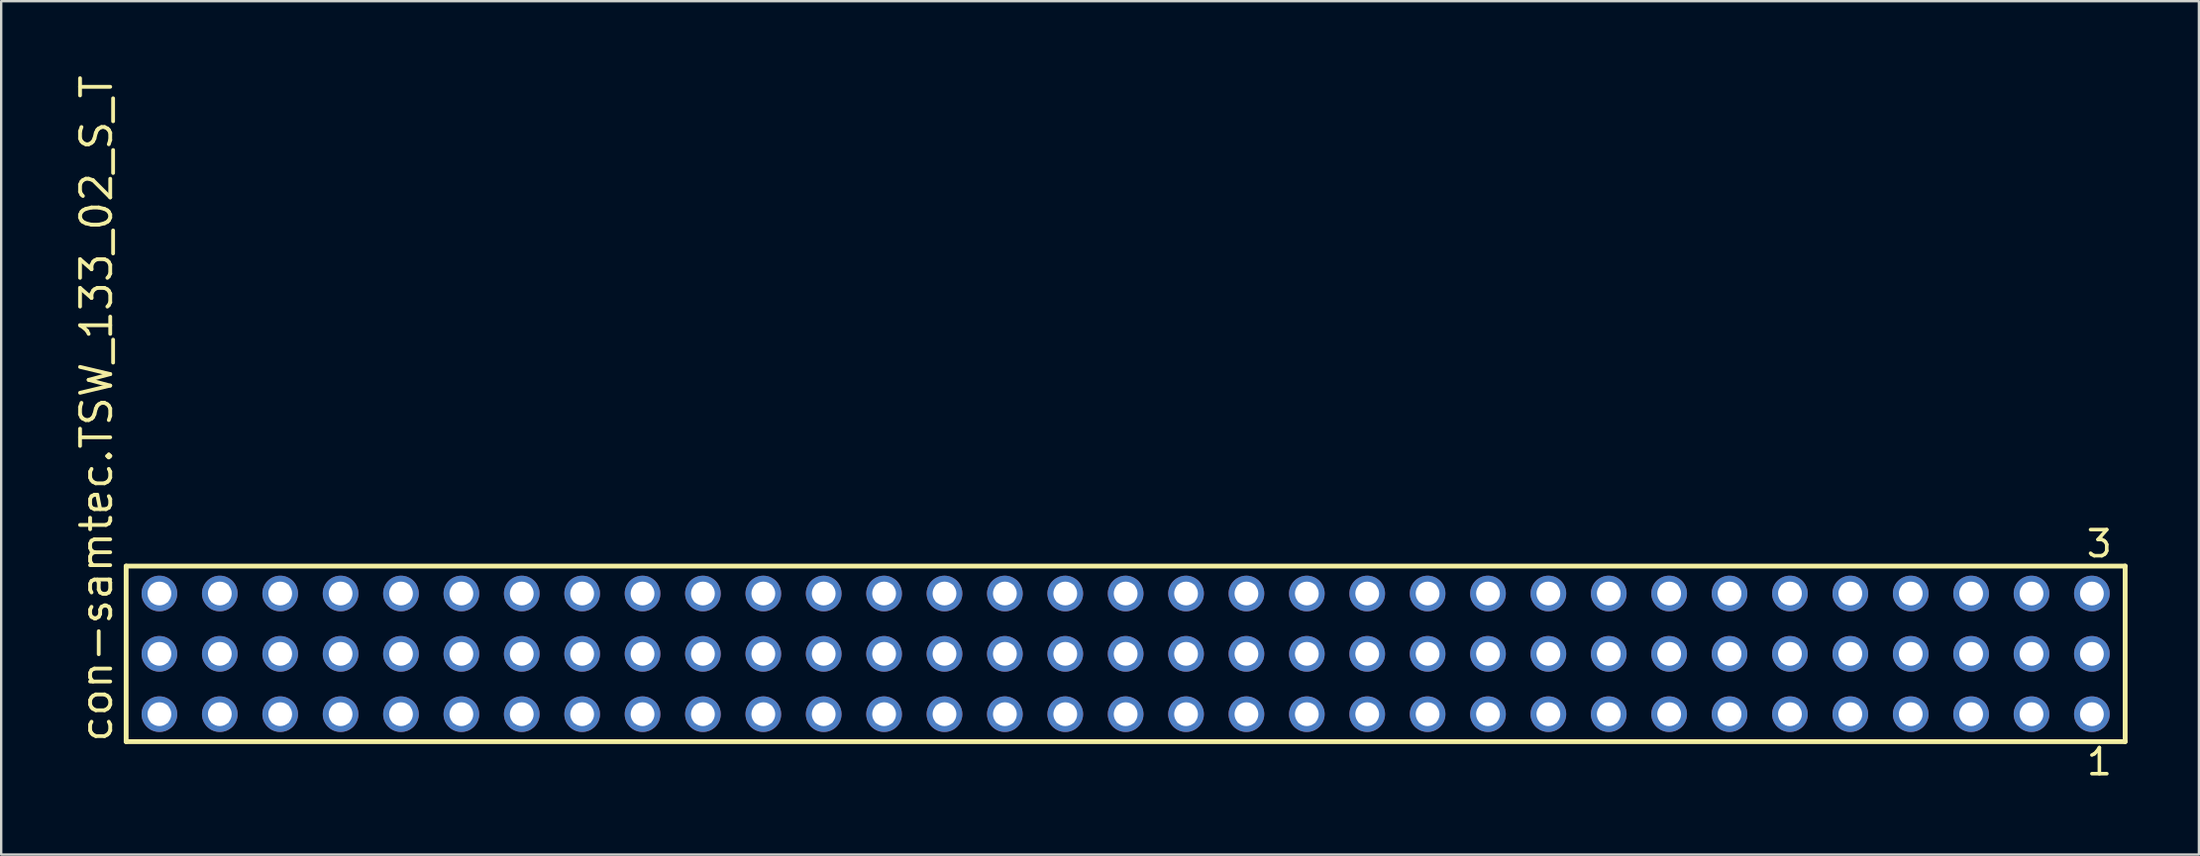
<source format=kicad_pcb>
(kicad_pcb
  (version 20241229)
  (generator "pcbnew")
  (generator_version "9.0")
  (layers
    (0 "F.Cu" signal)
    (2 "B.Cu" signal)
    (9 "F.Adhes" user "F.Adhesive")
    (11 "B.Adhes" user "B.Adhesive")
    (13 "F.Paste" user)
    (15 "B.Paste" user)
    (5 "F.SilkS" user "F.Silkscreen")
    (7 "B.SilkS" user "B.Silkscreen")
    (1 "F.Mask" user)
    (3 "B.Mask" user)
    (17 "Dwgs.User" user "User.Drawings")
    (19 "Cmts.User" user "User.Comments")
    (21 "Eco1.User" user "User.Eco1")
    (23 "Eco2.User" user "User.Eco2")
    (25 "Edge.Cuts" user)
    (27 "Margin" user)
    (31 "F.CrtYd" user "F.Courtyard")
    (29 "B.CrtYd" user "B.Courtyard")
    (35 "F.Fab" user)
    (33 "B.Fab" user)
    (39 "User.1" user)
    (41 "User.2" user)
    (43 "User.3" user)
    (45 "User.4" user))
  (footprint "con-samtec.TSW_133_02_S_T"
    (layer "F.Cu")
    (at 44.295 24.477)
    (property "Reference" "con-samtec.TSW_133_02_S_T" (at -42.545 3.81 90) (layer "F.SilkS") (effects (font (size 1.27 1.27) (thickness 0.16)) (justify left bottom)))
    (attr through_hole)
    (fp_line (start -42.039 -3.695) (end 42.039 -3.695) (stroke (width 0.203) (type default)) (layer "F.SilkS"))
    (fp_line (start -42.039 3.695) (end -42.039 -3.695) (stroke (width 0.203) (type default)) (layer "F.SilkS"))
    (fp_line (start 42.039 -3.695) (end 42.039 3.695) (stroke (width 0.203) (type default)) (layer "F.SilkS"))
    (fp_line (start 42.039 3.695) (end -42.039 3.695) (stroke (width 0.203) (type default)) (layer "F.SilkS"))
    (fp_rect (start -40.99 -2.19) (end -40.29 -2.89) (stroke (width 0.05) (type default)) (fill no) (layer "F.Fab"))
    (fp_rect (start -40.99 0.35) (end -40.29 -0.35) (stroke (width 0.05) (type default)) (fill no) (layer "F.Fab"))
    (fp_rect (start -40.99 2.89) (end -40.29 2.19) (stroke (width 0.05) (type default)) (fill no) (layer "F.Fab"))
    (fp_rect (start -38.45 -2.19) (end -37.75 -2.89) (stroke (width 0.05) (type default)) (fill no) (layer "F.Fab"))
    (fp_rect (start -38.45 0.35) (end -37.75 -0.35) (stroke (width 0.05) (type default)) (fill no) (layer "F.Fab"))
    (fp_rect (start -38.45 2.89) (end -37.75 2.19) (stroke (width 0.05) (type default)) (fill no) (layer "F.Fab"))
    (fp_rect (start -35.91 -2.19) (end -35.21 -2.89) (stroke (width 0.05) (type default)) (fill no) (layer "F.Fab"))
    (fp_rect (start -35.91 0.35) (end -35.21 -0.35) (stroke (width 0.05) (type default)) (fill no) (layer "F.Fab"))
    (fp_rect (start -35.91 2.89) (end -35.21 2.19) (stroke (width 0.05) (type default)) (fill no) (layer "F.Fab"))
    (fp_rect (start -33.37 -2.19) (end -32.67 -2.89) (stroke (width 0.05) (type default)) (fill no) (layer "F.Fab"))
    (fp_rect (start -33.37 0.35) (end -32.67 -0.35) (stroke (width 0.05) (type default)) (fill no) (layer "F.Fab"))
    (fp_rect (start -33.37 2.89) (end -32.67 2.19) (stroke (width 0.05) (type default)) (fill no) (layer "F.Fab"))
    (fp_rect (start -30.83 -2.19) (end -30.13 -2.89) (stroke (width 0.05) (type default)) (fill no) (layer "F.Fab"))
    (fp_rect (start -30.83 0.35) (end -30.13 -0.35) (stroke (width 0.05) (type default)) (fill no) (layer "F.Fab"))
    (fp_rect (start -30.83 2.89) (end -30.13 2.19) (stroke (width 0.05) (type default)) (fill no) (layer "F.Fab"))
    (fp_rect (start -28.29 -2.19) (end -27.59 -2.89) (stroke (width 0.05) (type default)) (fill no) (layer "F.Fab"))
    (fp_rect (start -28.29 0.35) (end -27.59 -0.35) (stroke (width 0.05) (type default)) (fill no) (layer "F.Fab"))
    (fp_rect (start -28.29 2.89) (end -27.59 2.19) (stroke (width 0.05) (type default)) (fill no) (layer "F.Fab"))
    (fp_rect (start -25.75 -2.19) (end -25.05 -2.89) (stroke (width 0.05) (type default)) (fill no) (layer "F.Fab"))
    (fp_rect (start -25.75 0.35) (end -25.05 -0.35) (stroke (width 0.05) (type default)) (fill no) (layer "F.Fab"))
    (fp_rect (start -25.75 2.89) (end -25.05 2.19) (stroke (width 0.05) (type default)) (fill no) (layer "F.Fab"))
    (fp_rect (start -23.21 -2.19) (end -22.51 -2.89) (stroke (width 0.05) (type default)) (fill no) (layer "F.Fab"))
    (fp_rect (start -23.21 0.35) (end -22.51 -0.35) (stroke (width 0.05) (type default)) (fill no) (layer "F.Fab"))
    (fp_rect (start -23.21 2.89) (end -22.51 2.19) (stroke (width 0.05) (type default)) (fill no) (layer "F.Fab"))
    (fp_rect (start -20.67 -2.19) (end -19.97 -2.89) (stroke (width 0.05) (type default)) (fill no) (layer "F.Fab"))
    (fp_rect (start -20.67 0.35) (end -19.97 -0.35) (stroke (width 0.05) (type default)) (fill no) (layer "F.Fab"))
    (fp_rect (start -20.67 2.89) (end -19.97 2.19) (stroke (width 0.05) (type default)) (fill no) (layer "F.Fab"))
    (fp_rect (start -18.13 -2.19) (end -17.43 -2.89) (stroke (width 0.05) (type default)) (fill no) (layer "F.Fab"))
    (fp_rect (start -18.13 0.35) (end -17.43 -0.35) (stroke (width 0.05) (type default)) (fill no) (layer "F.Fab"))
    (fp_rect (start -18.13 2.89) (end -17.43 2.19) (stroke (width 0.05) (type default)) (fill no) (layer "F.Fab"))
    (fp_rect (start -15.59 -2.19) (end -14.89 -2.89) (stroke (width 0.05) (type default)) (fill no) (layer "F.Fab"))
    (fp_rect (start -15.59 0.35) (end -14.89 -0.35) (stroke (width 0.05) (type default)) (fill no) (layer "F.Fab"))
    (fp_rect (start -15.59 2.89) (end -14.89 2.19) (stroke (width 0.05) (type default)) (fill no) (layer "F.Fab"))
    (fp_rect (start -13.05 -2.19) (end -12.35 -2.89) (stroke (width 0.05) (type default)) (fill no) (layer "F.Fab"))
    (fp_rect (start -13.05 0.35) (end -12.35 -0.35) (stroke (width 0.05) (type default)) (fill no) (layer "F.Fab"))
    (fp_rect (start -13.05 2.89) (end -12.35 2.19) (stroke (width 0.05) (type default)) (fill no) (layer "F.Fab"))
    (fp_rect (start -10.51 -2.19) (end -9.81 -2.89) (stroke (width 0.05) (type default)) (fill no) (layer "F.Fab"))
    (fp_rect (start -10.51 0.35) (end -9.81 -0.35) (stroke (width 0.05) (type default)) (fill no) (layer "F.Fab"))
    (fp_rect (start -10.51 2.89) (end -9.81 2.19) (stroke (width 0.05) (type default)) (fill no) (layer "F.Fab"))
    (fp_rect (start -7.97 -2.19) (end -7.27 -2.89) (stroke (width 0.05) (type default)) (fill no) (layer "F.Fab"))
    (fp_rect (start -7.97 0.35) (end -7.27 -0.35) (stroke (width 0.05) (type default)) (fill no) (layer "F.Fab"))
    (fp_rect (start -7.97 2.89) (end -7.27 2.19) (stroke (width 0.05) (type default)) (fill no) (layer "F.Fab"))
    (fp_rect (start -5.43 -2.19) (end -4.73 -2.89) (stroke (width 0.05) (type default)) (fill no) (layer "F.Fab"))
    (fp_rect (start -5.43 0.35) (end -4.73 -0.35) (stroke (width 0.05) (type default)) (fill no) (layer "F.Fab"))
    (fp_rect (start -5.43 2.89) (end -4.73 2.19) (stroke (width 0.05) (type default)) (fill no) (layer "F.Fab"))
    (fp_rect (start -2.89 -2.19) (end -2.19 -2.89) (stroke (width 0.05) (type default)) (fill no) (layer "F.Fab"))
    (fp_rect (start -2.89 0.35) (end -2.19 -0.35) (stroke (width 0.05) (type default)) (fill no) (layer "F.Fab"))
    (fp_rect (start -2.89 2.89) (end -2.19 2.19) (stroke (width 0.05) (type default)) (fill no) (layer "F.Fab"))
    (fp_rect (start -0.35 -2.19) (end 0.35 -2.89) (stroke (width 0.05) (type default)) (fill no) (layer "F.Fab"))
    (fp_rect (start -0.35 0.35) (end 0.35 -0.35) (stroke (width 0.05) (type default)) (fill no) (layer "F.Fab"))
    (fp_rect (start -0.35 2.89) (end 0.35 2.19) (stroke (width 0.05) (type default)) (fill no) (layer "F.Fab"))
    (fp_rect (start 2.19 -2.19) (end 2.89 -2.89) (stroke (width 0.05) (type default)) (fill no) (layer "F.Fab"))
    (fp_rect (start 2.19 0.35) (end 2.89 -0.35) (stroke (width 0.05) (type default)) (fill no) (layer "F.Fab"))
    (fp_rect (start 2.19 2.89) (end 2.89 2.19) (stroke (width 0.05) (type default)) (fill no) (layer "F.Fab"))
    (fp_rect (start 4.73 -2.19) (end 5.43 -2.89) (stroke (width 0.05) (type default)) (fill no) (layer "F.Fab"))
    (fp_rect (start 4.73 0.35) (end 5.43 -0.35) (stroke (width 0.05) (type default)) (fill no) (layer "F.Fab"))
    (fp_rect (start 4.73 2.89) (end 5.43 2.19) (stroke (width 0.05) (type default)) (fill no) (layer "F.Fab"))
    (fp_rect (start 7.27 -2.19) (end 7.97 -2.89) (stroke (width 0.05) (type default)) (fill no) (layer "F.Fab"))
    (fp_rect (start 7.27 0.35) (end 7.97 -0.35) (stroke (width 0.05) (type default)) (fill no) (layer "F.Fab"))
    (fp_rect (start 7.27 2.89) (end 7.97 2.19) (stroke (width 0.05) (type default)) (fill no) (layer "F.Fab"))
    (fp_rect (start 9.81 -2.19) (end 10.51 -2.89) (stroke (width 0.05) (type default)) (fill no) (layer "F.Fab"))
    (fp_rect (start 9.81 0.35) (end 10.51 -0.35) (stroke (width 0.05) (type default)) (fill no) (layer "F.Fab"))
    (fp_rect (start 9.81 2.89) (end 10.51 2.19) (stroke (width 0.05) (type default)) (fill no) (layer "F.Fab"))
    (fp_rect (start 12.35 -2.19) (end 13.05 -2.89) (stroke (width 0.05) (type default)) (fill no) (layer "F.Fab"))
    (fp_rect (start 12.35 0.35) (end 13.05 -0.35) (stroke (width 0.05) (type default)) (fill no) (layer "F.Fab"))
    (fp_rect (start 12.35 2.89) (end 13.05 2.19) (stroke (width 0.05) (type default)) (fill no) (layer "F.Fab"))
    (fp_rect (start 14.89 -2.19) (end 15.59 -2.89) (stroke (width 0.05) (type default)) (fill no) (layer "F.Fab"))
    (fp_rect (start 14.89 0.35) (end 15.59 -0.35) (stroke (width 0.05) (type default)) (fill no) (layer "F.Fab"))
    (fp_rect (start 14.89 2.89) (end 15.59 2.19) (stroke (width 0.05) (type default)) (fill no) (layer "F.Fab"))
    (fp_rect (start 17.43 -2.19) (end 18.13 -2.89) (stroke (width 0.05) (type default)) (fill no) (layer "F.Fab"))
    (fp_rect (start 17.43 0.35) (end 18.13 -0.35) (stroke (width 0.05) (type default)) (fill no) (layer "F.Fab"))
    (fp_rect (start 17.43 2.89) (end 18.13 2.19) (stroke (width 0.05) (type default)) (fill no) (layer "F.Fab"))
    (fp_rect (start 19.97 -2.19) (end 20.67 -2.89) (stroke (width 0.05) (type default)) (fill no) (layer "F.Fab"))
    (fp_rect (start 19.97 0.35) (end 20.67 -0.35) (stroke (width 0.05) (type default)) (fill no) (layer "F.Fab"))
    (fp_rect (start 19.97 2.89) (end 20.67 2.19) (stroke (width 0.05) (type default)) (fill no) (layer "F.Fab"))
    (fp_rect (start 22.51 -2.19) (end 23.21 -2.89) (stroke (width 0.05) (type default)) (fill no) (layer "F.Fab"))
    (fp_rect (start 22.51 0.35) (end 23.21 -0.35) (stroke (width 0.05) (type default)) (fill no) (layer "F.Fab"))
    (fp_rect (start 22.51 2.89) (end 23.21 2.19) (stroke (width 0.05) (type default)) (fill no) (layer "F.Fab"))
    (fp_rect (start 25.05 -2.19) (end 25.75 -2.89) (stroke (width 0.05) (type default)) (fill no) (layer "F.Fab"))
    (fp_rect (start 25.05 0.35) (end 25.75 -0.35) (stroke (width 0.05) (type default)) (fill no) (layer "F.Fab"))
    (fp_rect (start 25.05 2.89) (end 25.75 2.19) (stroke (width 0.05) (type default)) (fill no) (layer "F.Fab"))
    (fp_rect (start 27.59 -2.19) (end 28.29 -2.89) (stroke (width 0.05) (type default)) (fill no) (layer "F.Fab"))
    (fp_rect (start 27.59 0.35) (end 28.29 -0.35) (stroke (width 0.05) (type default)) (fill no) (layer "F.Fab"))
    (fp_rect (start 27.59 2.89) (end 28.29 2.19) (stroke (width 0.05) (type default)) (fill no) (layer "F.Fab"))
    (fp_rect (start 30.13 -2.19) (end 30.83 -2.89) (stroke (width 0.05) (type default)) (fill no) (layer "F.Fab"))
    (fp_rect (start 30.13 0.35) (end 30.83 -0.35) (stroke (width 0.05) (type default)) (fill no) (layer "F.Fab"))
    (fp_rect (start 30.13 2.89) (end 30.83 2.19) (stroke (width 0.05) (type default)) (fill no) (layer "F.Fab"))
    (fp_rect (start 32.67 -2.19) (end 33.37 -2.89) (stroke (width 0.05) (type default)) (fill no) (layer "F.Fab"))
    (fp_rect (start 32.67 0.35) (end 33.37 -0.35) (stroke (width 0.05) (type default)) (fill no) (layer "F.Fab"))
    (fp_rect (start 32.67 2.89) (end 33.37 2.19) (stroke (width 0.05) (type default)) (fill no) (layer "F.Fab"))
    (fp_rect (start 35.21 -2.19) (end 35.91 -2.89) (stroke (width 0.05) (type default)) (fill no) (layer "F.Fab"))
    (fp_rect (start 35.21 0.35) (end 35.91 -0.35) (stroke (width 0.05) (type default)) (fill no) (layer "F.Fab"))
    (fp_rect (start 35.21 2.89) (end 35.91 2.19) (stroke (width 0.05) (type default)) (fill no) (layer "F.Fab"))
    (fp_rect (start 37.75 -2.19) (end 38.45 -2.89) (stroke (width 0.05) (type default)) (fill no) (layer "F.Fab"))
    (fp_rect (start 37.75 0.35) (end 38.45 -0.35) (stroke (width 0.05) (type default)) (fill no) (layer "F.Fab"))
    (fp_rect (start 37.75 2.89) (end 38.45 2.19) (stroke (width 0.05) (type default)) (fill no) (layer "F.Fab"))
    (fp_rect (start 40.29 -2.19) (end 40.99 -2.89) (stroke (width 0.05) (type default)) (fill no) (layer "F.Fab"))
    (fp_rect (start 40.29 0.35) (end 40.99 -0.35) (stroke (width 0.05) (type default)) (fill no) (layer "F.Fab"))
    (fp_rect (start 40.29 2.89) (end 40.99 2.19) (stroke (width 0.05) (type default)) (fill no) (layer "F.Fab"))
    (fp_text user "3" (at 40.328 -3.989 0) (layer "F.SilkS") (effects (font (size 1.1 1.1) (thickness 0.15)) (justify left bottom)))
    (fp_text user "1" (at 40.332 5.188 0) (layer "F.SilkS") (effects (font (size 1.1 1.1) (thickness 0.15)) (justify left bottom)))
    (pad "1" thru_hole circle (at 40.64 2.54 180) (size 1.5 1.5) (drill 1) (layers "*.Cu" "*.Mask"))
    (pad "2" thru_hole circle (at 40.64 0 180) (size 1.5 1.5) (drill 1) (layers "*.Cu" "*.Mask"))
    (pad "3" thru_hole circle (at 40.64 -2.54 180) (size 1.5 1.5) (drill 1) (layers "*.Cu" "*.Mask"))
    (pad "4" thru_hole circle (at 38.1 2.54 180) (size 1.5 1.5) (drill 1) (layers "*.Cu" "*.Mask"))
    (pad "5" thru_hole circle (at 38.1 0 180) (size 1.5 1.5) (drill 1) (layers "*.Cu" "*.Mask"))
    (pad "6" thru_hole circle (at 38.1 -2.54 180) (size 1.5 1.5) (drill 1) (layers "*.Cu" "*.Mask"))
    (pad "7" thru_hole circle (at 35.56 2.54 180) (size 1.5 1.5) (drill 1) (layers "*.Cu" "*.Mask"))
    (pad "8" thru_hole circle (at 35.56 0 180) (size 1.5 1.5) (drill 1) (layers "*.Cu" "*.Mask"))
    (pad "9" thru_hole circle (at 35.56 -2.54 180) (size 1.5 1.5) (drill 1) (layers "*.Cu" "*.Mask"))
    (pad "10" thru_hole circle (at 33.02 2.54 180) (size 1.5 1.5) (drill 1) (layers "*.Cu" "*.Mask"))
    (pad "11" thru_hole circle (at 33.02 0 180) (size 1.5 1.5) (drill 1) (layers "*.Cu" "*.Mask"))
    (pad "12" thru_hole circle (at 33.02 -2.54 180) (size 1.5 1.5) (drill 1) (layers "*.Cu" "*.Mask"))
    (pad "13" thru_hole circle (at 30.48 2.54 180) (size 1.5 1.5) (drill 1) (layers "*.Cu" "*.Mask"))
    (pad "14" thru_hole circle (at 30.48 0 180) (size 1.5 1.5) (drill 1) (layers "*.Cu" "*.Mask"))
    (pad "15" thru_hole circle (at 30.48 -2.54 180) (size 1.5 1.5) (drill 1) (layers "*.Cu" "*.Mask"))
    (pad "16" thru_hole circle (at 27.94 2.54 180) (size 1.5 1.5) (drill 1) (layers "*.Cu" "*.Mask"))
    (pad "17" thru_hole circle (at 27.94 0 180) (size 1.5 1.5) (drill 1) (layers "*.Cu" "*.Mask"))
    (pad "18" thru_hole circle (at 27.94 -2.54 180) (size 1.5 1.5) (drill 1) (layers "*.Cu" "*.Mask"))
    (pad "19" thru_hole circle (at 25.4 2.54 180) (size 1.5 1.5) (drill 1) (layers "*.Cu" "*.Mask"))
    (pad "20" thru_hole circle (at 25.4 0 180) (size 1.5 1.5) (drill 1) (layers "*.Cu" "*.Mask"))
    (pad "21" thru_hole circle (at 25.4 -2.54 180) (size 1.5 1.5) (drill 1) (layers "*.Cu" "*.Mask"))
    (pad "22" thru_hole circle (at 22.86 2.54 180) (size 1.5 1.5) (drill 1) (layers "*.Cu" "*.Mask"))
    (pad "23" thru_hole circle (at 22.86 0 180) (size 1.5 1.5) (drill 1) (layers "*.Cu" "*.Mask"))
    (pad "24" thru_hole circle (at 22.86 -2.54 180) (size 1.5 1.5) (drill 1) (layers "*.Cu" "*.Mask"))
    (pad "25" thru_hole circle (at 20.32 2.54 180) (size 1.5 1.5) (drill 1) (layers "*.Cu" "*.Mask"))
    (pad "26" thru_hole circle (at 20.32 0 180) (size 1.5 1.5) (drill 1) (layers "*.Cu" "*.Mask"))
    (pad "27" thru_hole circle (at 20.32 -2.54 180) (size 1.5 1.5) (drill 1) (layers "*.Cu" "*.Mask"))
    (pad "28" thru_hole circle (at 17.78 2.54 180) (size 1.5 1.5) (drill 1) (layers "*.Cu" "*.Mask"))
    (pad "29" thru_hole circle (at 17.78 0 180) (size 1.5 1.5) (drill 1) (layers "*.Cu" "*.Mask"))
    (pad "30" thru_hole circle (at 17.78 -2.54 180) (size 1.5 1.5) (drill 1) (layers "*.Cu" "*.Mask"))
    (pad "31" thru_hole circle (at 15.24 2.54 180) (size 1.5 1.5) (drill 1) (layers "*.Cu" "*.Mask"))
    (pad "32" thru_hole circle (at 15.24 0 180) (size 1.5 1.5) (drill 1) (layers "*.Cu" "*.Mask"))
    (pad "33" thru_hole circle (at 15.24 -2.54 180) (size 1.5 1.5) (drill 1) (layers "*.Cu" "*.Mask"))
    (pad "34" thru_hole circle (at 12.7 2.54 180) (size 1.5 1.5) (drill 1) (layers "*.Cu" "*.Mask"))
    (pad "35" thru_hole circle (at 12.7 0 180) (size 1.5 1.5) (drill 1) (layers "*.Cu" "*.Mask"))
    (pad "36" thru_hole circle (at 12.7 -2.54 180) (size 1.5 1.5) (drill 1) (layers "*.Cu" "*.Mask"))
    (pad "37" thru_hole circle (at 10.16 2.54 180) (size 1.5 1.5) (drill 1) (layers "*.Cu" "*.Mask"))
    (pad "38" thru_hole circle (at 10.16 0 180) (size 1.5 1.5) (drill 1) (layers "*.Cu" "*.Mask"))
    (pad "39" thru_hole circle (at 10.16 -2.54 180) (size 1.5 1.5) (drill 1) (layers "*.Cu" "*.Mask"))
    (pad "40" thru_hole circle (at 7.62 2.54 180) (size 1.5 1.5) (drill 1) (layers "*.Cu" "*.Mask"))
    (pad "41" thru_hole circle (at 7.62 0 180) (size 1.5 1.5) (drill 1) (layers "*.Cu" "*.Mask"))
    (pad "42" thru_hole circle (at 7.62 -2.54 180) (size 1.5 1.5) (drill 1) (layers "*.Cu" "*.Mask"))
    (pad "43" thru_hole circle (at 5.08 2.54 180) (size 1.5 1.5) (drill 1) (layers "*.Cu" "*.Mask"))
    (pad "44" thru_hole circle (at 5.08 0 180) (size 1.5 1.5) (drill 1) (layers "*.Cu" "*.Mask"))
    (pad "45" thru_hole circle (at 5.08 -2.54 180) (size 1.5 1.5) (drill 1) (layers "*.Cu" "*.Mask"))
    (pad "46" thru_hole circle (at 2.54 2.54 180) (size 1.5 1.5) (drill 1) (layers "*.Cu" "*.Mask"))
    (pad "47" thru_hole circle (at 2.54 0 180) (size 1.5 1.5) (drill 1) (layers "*.Cu" "*.Mask"))
    (pad "48" thru_hole circle (at 2.54 -2.54 180) (size 1.5 1.5) (drill 1) (layers "*.Cu" "*.Mask"))
    (pad "49" thru_hole circle (at 0 2.54 180) (size 1.5 1.5) (drill 1) (layers "*.Cu" "*.Mask"))
    (pad "50" thru_hole circle (at 0 0 180) (size 1.5 1.5) (drill 1) (layers "*.Cu" "*.Mask"))
    (pad "51" thru_hole circle (at 0 -2.54 180) (size 1.5 1.5) (drill 1) (layers "*.Cu" "*.Mask"))
    (pad "52" thru_hole circle (at -2.54 2.54 180) (size 1.5 1.5) (drill 1) (layers "*.Cu" "*.Mask"))
    (pad "53" thru_hole circle (at -2.54 0 180) (size 1.5 1.5) (drill 1) (layers "*.Cu" "*.Mask"))
    (pad "54" thru_hole circle (at -2.54 -2.54 180) (size 1.5 1.5) (drill 1) (layers "*.Cu" "*.Mask"))
    (pad "55" thru_hole circle (at -5.08 2.54 180) (size 1.5 1.5) (drill 1) (layers "*.Cu" "*.Mask"))
    (pad "56" thru_hole circle (at -5.08 0 180) (size 1.5 1.5) (drill 1) (layers "*.Cu" "*.Mask"))
    (pad "57" thru_hole circle (at -5.08 -2.54 180) (size 1.5 1.5) (drill 1) (layers "*.Cu" "*.Mask"))
    (pad "58" thru_hole circle (at -7.62 2.54 180) (size 1.5 1.5) (drill 1) (layers "*.Cu" "*.Mask"))
    (pad "59" thru_hole circle (at -7.62 0 180) (size 1.5 1.5) (drill 1) (layers "*.Cu" "*.Mask"))
    (pad "60" thru_hole circle (at -7.62 -2.54 180) (size 1.5 1.5) (drill 1) (layers "*.Cu" "*.Mask"))
    (pad "61" thru_hole circle (at -10.16 2.54 180) (size 1.5 1.5) (drill 1) (layers "*.Cu" "*.Mask"))
    (pad "62" thru_hole circle (at -10.16 0 180) (size 1.5 1.5) (drill 1) (layers "*.Cu" "*.Mask"))
    (pad "63" thru_hole circle (at -10.16 -2.54 180) (size 1.5 1.5) (drill 1) (layers "*.Cu" "*.Mask"))
    (pad "64" thru_hole circle (at -12.7 2.54 180) (size 1.5 1.5) (drill 1) (layers "*.Cu" "*.Mask"))
    (pad "65" thru_hole circle (at -12.7 0 180) (size 1.5 1.5) (drill 1) (layers "*.Cu" "*.Mask"))
    (pad "66" thru_hole circle (at -12.7 -2.54 180) (size 1.5 1.5) (drill 1) (layers "*.Cu" "*.Mask"))
    (pad "67" thru_hole circle (at -15.24 2.54 180) (size 1.5 1.5) (drill 1) (layers "*.Cu" "*.Mask"))
    (pad "68" thru_hole circle (at -15.24 0 180) (size 1.5 1.5) (drill 1) (layers "*.Cu" "*.Mask"))
    (pad "69" thru_hole circle (at -15.24 -2.54 180) (size 1.5 1.5) (drill 1) (layers "*.Cu" "*.Mask"))
    (pad "70" thru_hole circle (at -17.78 2.54 180) (size 1.5 1.5) (drill 1) (layers "*.Cu" "*.Mask"))
    (pad "71" thru_hole circle (at -17.78 0 180) (size 1.5 1.5) (drill 1) (layers "*.Cu" "*.Mask"))
    (pad "72" thru_hole circle (at -17.78 -2.54 180) (size 1.5 1.5) (drill 1) (layers "*.Cu" "*.Mask"))
    (pad "73" thru_hole circle (at -20.32 2.54 180) (size 1.5 1.5) (drill 1) (layers "*.Cu" "*.Mask"))
    (pad "74" thru_hole circle (at -20.32 0 180) (size 1.5 1.5) (drill 1) (layers "*.Cu" "*.Mask"))
    (pad "75" thru_hole circle (at -20.32 -2.54 180) (size 1.5 1.5) (drill 1) (layers "*.Cu" "*.Mask"))
    (pad "76" thru_hole circle (at -22.86 2.54 180) (size 1.5 1.5) (drill 1) (layers "*.Cu" "*.Mask"))
    (pad "77" thru_hole circle (at -22.86 0 180) (size 1.5 1.5) (drill 1) (layers "*.Cu" "*.Mask"))
    (pad "78" thru_hole circle (at -22.86 -2.54 180) (size 1.5 1.5) (drill 1) (layers "*.Cu" "*.Mask"))
    (pad "79" thru_hole circle (at -25.4 2.54 180) (size 1.5 1.5) (drill 1) (layers "*.Cu" "*.Mask"))
    (pad "80" thru_hole circle (at -25.4 0 180) (size 1.5 1.5) (drill 1) (layers "*.Cu" "*.Mask"))
    (pad "81" thru_hole circle (at -25.4 -2.54 180) (size 1.5 1.5) (drill 1) (layers "*.Cu" "*.Mask"))
    (pad "82" thru_hole circle (at -27.94 2.54 180) (size 1.5 1.5) (drill 1) (layers "*.Cu" "*.Mask"))
    (pad "83" thru_hole circle (at -27.94 0 180) (size 1.5 1.5) (drill 1) (layers "*.Cu" "*.Mask"))
    (pad "84" thru_hole circle (at -27.94 -2.54 180) (size 1.5 1.5) (drill 1) (layers "*.Cu" "*.Mask"))
    (pad "85" thru_hole circle (at -30.48 2.54 180) (size 1.5 1.5) (drill 1) (layers "*.Cu" "*.Mask"))
    (pad "86" thru_hole circle (at -30.48 0 180) (size 1.5 1.5) (drill 1) (layers "*.Cu" "*.Mask"))
    (pad "87" thru_hole circle (at -30.48 -2.54 180) (size 1.5 1.5) (drill 1) (layers "*.Cu" "*.Mask"))
    (pad "88" thru_hole circle (at -33.02 2.54 180) (size 1.5 1.5) (drill 1) (layers "*.Cu" "*.Mask"))
    (pad "89" thru_hole circle (at -33.02 0 180) (size 1.5 1.5) (drill 1) (layers "*.Cu" "*.Mask"))
    (pad "90" thru_hole circle (at -33.02 -2.54 180) (size 1.5 1.5) (drill 1) (layers "*.Cu" "*.Mask"))
    (pad "91" thru_hole circle (at -35.56 2.54 180) (size 1.5 1.5) (drill 1) (layers "*.Cu" "*.Mask"))
    (pad "92" thru_hole circle (at -35.56 0 180) (size 1.5 1.5) (drill 1) (layers "*.Cu" "*.Mask"))
    (pad "93" thru_hole circle (at -35.56 -2.54 180) (size 1.5 1.5) (drill 1) (layers "*.Cu" "*.Mask"))
    (pad "94" thru_hole circle (at -38.1 2.54 180) (size 1.5 1.5) (drill 1) (layers "*.Cu" "*.Mask"))
    (pad "95" thru_hole circle (at -38.1 0 180) (size 1.5 1.5) (drill 1) (layers "*.Cu" "*.Mask"))
    (pad "96" thru_hole circle (at -38.1 -2.54 180) (size 1.5 1.5) (drill 1) (layers "*.Cu" "*.Mask"))
    (pad "97" thru_hole circle (at -40.64 2.54 180) (size 1.5 1.5) (drill 1) (layers "*.Cu" "*.Mask"))
    (pad "98" thru_hole circle (at -40.64 0 180) (size 1.5 1.5) (drill 1) (layers "*.Cu" "*.Mask"))
    (pad "99" thru_hole circle (at -40.64 -2.54 180) (size 1.5 1.5) (drill 1) (layers "*.Cu" "*.Mask")))
  (gr_rect
    (start -3 -3)
    (end 89.436 32.928)
    (stroke (width 0.1) (type default))
    (fill no)
    (layer "Edge.Cuts")))
</source>
